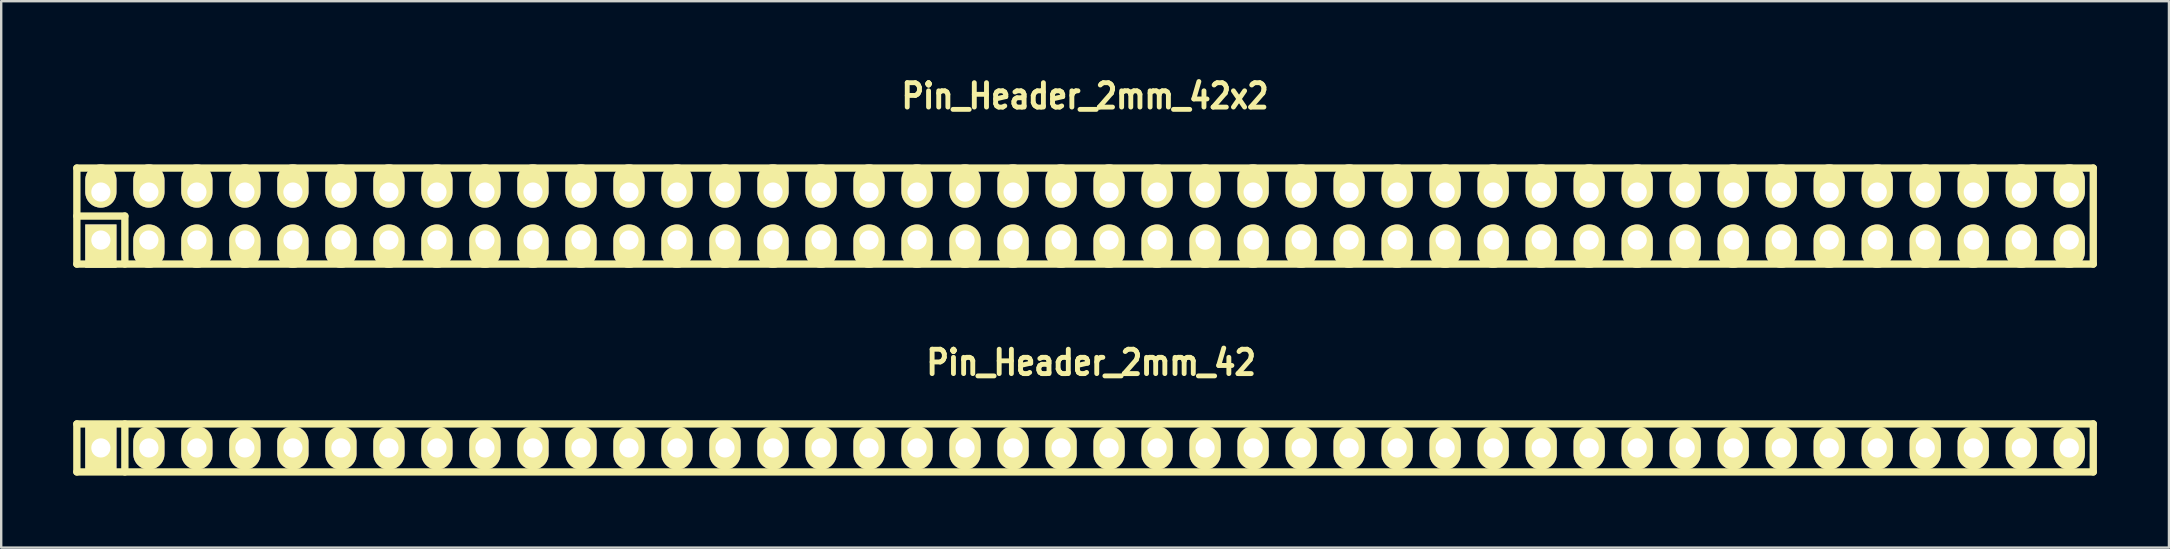
<source format=kicad_pcb>
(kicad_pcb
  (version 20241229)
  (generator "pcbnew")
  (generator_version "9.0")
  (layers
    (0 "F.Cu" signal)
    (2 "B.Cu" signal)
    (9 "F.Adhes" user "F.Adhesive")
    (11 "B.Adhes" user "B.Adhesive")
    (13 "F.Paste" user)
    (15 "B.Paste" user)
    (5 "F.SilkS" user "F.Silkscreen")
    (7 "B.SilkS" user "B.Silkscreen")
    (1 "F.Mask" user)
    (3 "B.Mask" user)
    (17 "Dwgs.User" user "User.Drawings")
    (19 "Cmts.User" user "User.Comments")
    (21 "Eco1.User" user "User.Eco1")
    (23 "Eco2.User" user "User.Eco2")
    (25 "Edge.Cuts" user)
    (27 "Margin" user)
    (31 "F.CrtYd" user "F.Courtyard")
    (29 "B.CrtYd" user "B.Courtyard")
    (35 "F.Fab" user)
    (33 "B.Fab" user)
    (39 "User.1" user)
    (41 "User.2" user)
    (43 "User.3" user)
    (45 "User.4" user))
  (footprint "Pin_Header_2mm_42x2"
    (layer "F.Cu")
    (at 42.152 5.951)
    (property "Reference" "Pin_Header_2mm_42x2" (at 0 -5 0) (layer "F.SilkS") (effects (font (size 1.016 0.889) (thickness 0.203))))
    (attr through_hole)
    (fp_line (start -42 -2) (end 42 -2) (stroke (width 0.305) (type solid)) (layer "F.SilkS"))
    (fp_line (start -42 0) (end -40 0) (stroke (width 0.305) (type solid)) (layer "F.SilkS"))
    (fp_line (start -42 2) (end -42 -2) (stroke (width 0.305) (type solid)) (layer "F.SilkS"))
    (fp_line (start -40 0) (end -40 2) (stroke (width 0.305) (type solid)) (layer "F.SilkS"))
    (fp_line (start 42 -2) (end 42 2) (stroke (width 0.305) (type solid)) (layer "F.SilkS"))
    (fp_line (start 42 2) (end -42 2) (stroke (width 0.305) (type solid)) (layer "F.SilkS"))
    (pad "1" thru_hole rect (at -41 1) (size 1.3 1.8) (drill 0.8 (offset 0 0.25)) (layers "*.Cu" "*.Mask" "F.SilkS"))
    (pad "2" thru_hole oval (at -41 -1) (size 1.3 1.8) (drill 0.8 (offset 0 -0.25)) (layers "*.Cu" "*.Mask" "F.SilkS"))
    (pad "3" thru_hole oval (at -39 1) (size 1.3 1.8) (drill 0.8 (offset 0 0.25)) (layers "*.Cu" "*.Mask" "F.SilkS"))
    (pad "4" thru_hole oval (at -39 -1) (size 1.3 1.8) (drill 0.8 (offset 0 -0.25)) (layers "*.Cu" "*.Mask" "F.SilkS"))
    (pad "5" thru_hole oval (at -37 1) (size 1.3 1.8) (drill 0.8 (offset 0 0.25)) (layers "*.Cu" "*.Mask" "F.SilkS"))
    (pad "6" thru_hole oval (at -37 -1) (size 1.3 1.8) (drill 0.8 (offset 0 -0.25)) (layers "*.Cu" "*.Mask" "F.SilkS"))
    (pad "7" thru_hole oval (at -35 1) (size 1.3 1.8) (drill 0.8 (offset 0 0.25)) (layers "*.Cu" "*.Mask" "F.SilkS"))
    (pad "8" thru_hole oval (at -35 -1) (size 1.3 1.8) (drill 0.8 (offset 0 -0.25)) (layers "*.Cu" "*.Mask" "F.SilkS"))
    (pad "9" thru_hole oval (at -33 1) (size 1.3 1.8) (drill 0.8 (offset 0 0.25)) (layers "*.Cu" "*.Mask" "F.SilkS"))
    (pad "10" thru_hole oval (at -33 -1) (size 1.3 1.8) (drill 0.8 (offset 0 -0.25)) (layers "*.Cu" "*.Mask" "F.SilkS"))
    (pad "11" thru_hole oval (at -31 1) (size 1.3 1.8) (drill 0.8 (offset 0 0.25)) (layers "*.Cu" "*.Mask" "F.SilkS"))
    (pad "12" thru_hole oval (at -31 -1) (size 1.3 1.8) (drill 0.8 (offset 0 -0.25)) (layers "*.Cu" "*.Mask" "F.SilkS"))
    (pad "13" thru_hole oval (at -29 1) (size 1.3 1.8) (drill 0.8 (offset 0 0.25)) (layers "*.Cu" "*.Mask" "F.SilkS"))
    (pad "14" thru_hole oval (at -29 -1) (size 1.3 1.8) (drill 0.8 (offset 0 -0.25)) (layers "*.Cu" "*.Mask" "F.SilkS"))
    (pad "15" thru_hole oval (at -27 1) (size 1.3 1.8) (drill 0.8 (offset 0 0.25)) (layers "*.Cu" "*.Mask" "F.SilkS"))
    (pad "16" thru_hole oval (at -27 -1) (size 1.3 1.8) (drill 0.8 (offset 0 -0.25)) (layers "*.Cu" "*.Mask" "F.SilkS"))
    (pad "17" thru_hole oval (at -25 1) (size 1.3 1.8) (drill 0.8 (offset 0 0.25)) (layers "*.Cu" "*.Mask" "F.SilkS"))
    (pad "18" thru_hole oval (at -25 -1) (size 1.3 1.8) (drill 0.8 (offset 0 -0.25)) (layers "*.Cu" "*.Mask" "F.SilkS"))
    (pad "19" thru_hole oval (at -23 1) (size 1.3 1.8) (drill 0.8 (offset 0 0.25)) (layers "*.Cu" "*.Mask" "F.SilkS"))
    (pad "20" thru_hole oval (at -23 -1) (size 1.3 1.8) (drill 0.8 (offset 0 -0.25)) (layers "*.Cu" "*.Mask" "F.SilkS"))
    (pad "21" thru_hole oval (at -21 1) (size 1.3 1.8) (drill 0.8 (offset 0 0.25)) (layers "*.Cu" "*.Mask" "F.SilkS"))
    (pad "22" thru_hole oval (at -21 -1) (size 1.3 1.8) (drill 0.8 (offset 0 -0.25)) (layers "*.Cu" "*.Mask" "F.SilkS"))
    (pad "23" thru_hole oval (at -19 1) (size 1.3 1.8) (drill 0.8 (offset 0 0.25)) (layers "*.Cu" "*.Mask" "F.SilkS"))
    (pad "24" thru_hole oval (at -19 -1) (size 1.3 1.8) (drill 0.8 (offset 0 -0.25)) (layers "*.Cu" "*.Mask" "F.SilkS"))
    (pad "25" thru_hole oval (at -17 1) (size 1.3 1.8) (drill 0.8 (offset 0 0.25)) (layers "*.Cu" "*.Mask" "F.SilkS"))
    (pad "26" thru_hole oval (at -17 -1) (size 1.3 1.8) (drill 0.8 (offset 0 -0.25)) (layers "*.Cu" "*.Mask" "F.SilkS"))
    (pad "27" thru_hole oval (at -15 1) (size 1.3 1.8) (drill 0.8 (offset 0 0.25)) (layers "*.Cu" "*.Mask" "F.SilkS"))
    (pad "28" thru_hole oval (at -15 -1) (size 1.3 1.8) (drill 0.8 (offset 0 -0.25)) (layers "*.Cu" "*.Mask" "F.SilkS"))
    (pad "29" thru_hole oval (at -13 1) (size 1.3 1.8) (drill 0.8 (offset 0 0.25)) (layers "*.Cu" "*.Mask" "F.SilkS"))
    (pad "30" thru_hole oval (at -13 -1) (size 1.3 1.8) (drill 0.8 (offset 0 -0.25)) (layers "*.Cu" "*.Mask" "F.SilkS"))
    (pad "31" thru_hole oval (at -11 1) (size 1.3 1.8) (drill 0.8 (offset 0 0.25)) (layers "*.Cu" "*.Mask" "F.SilkS"))
    (pad "32" thru_hole oval (at -11 -1) (size 1.3 1.8) (drill 0.8 (offset 0 -0.25)) (layers "*.Cu" "*.Mask" "F.SilkS"))
    (pad "33" thru_hole oval (at -9 1) (size 1.3 1.8) (drill 0.8 (offset 0 0.25)) (layers "*.Cu" "*.Mask" "F.SilkS"))
    (pad "34" thru_hole oval (at -9 -1) (size 1.3 1.8) (drill 0.8 (offset 0 -0.25)) (layers "*.Cu" "*.Mask" "F.SilkS"))
    (pad "35" thru_hole oval (at -7 1) (size 1.3 1.8) (drill 0.8 (offset 0 0.25)) (layers "*.Cu" "*.Mask" "F.SilkS"))
    (pad "36" thru_hole oval (at -7 -1) (size 1.3 1.8) (drill 0.8 (offset 0 -0.25)) (layers "*.Cu" "*.Mask" "F.SilkS"))
    (pad "37" thru_hole oval (at -5 1) (size 1.3 1.8) (drill 0.8 (offset 0 0.25)) (layers "*.Cu" "*.Mask" "F.SilkS"))
    (pad "38" thru_hole oval (at -5 -1) (size 1.3 1.8) (drill 0.8 (offset 0 -0.25)) (layers "*.Cu" "*.Mask" "F.SilkS"))
    (pad "39" thru_hole oval (at -3 1) (size 1.3 1.8) (drill 0.8 (offset 0 0.25)) (layers "*.Cu" "*.Mask" "F.SilkS"))
    (pad "40" thru_hole oval (at -3 -1) (size 1.3 1.8) (drill 0.8 (offset 0 -0.25)) (layers "*.Cu" "*.Mask" "F.SilkS"))
    (pad "41" thru_hole oval (at -1 1) (size 1.3 1.8) (drill 0.8 (offset 0 0.25)) (layers "*.Cu" "*.Mask" "F.SilkS"))
    (pad "42" thru_hole oval (at -1 -1) (size 1.3 1.8) (drill 0.8 (offset 0 -0.25)) (layers "*.Cu" "*.Mask" "F.SilkS"))
    (pad "43" thru_hole oval (at 1 1) (size 1.3 1.8) (drill 0.8 (offset 0 0.25)) (layers "*.Cu" "*.Mask" "F.SilkS"))
    (pad "44" thru_hole oval (at 1 -1) (size 1.3 1.8) (drill 0.8 (offset 0 -0.25)) (layers "*.Cu" "*.Mask" "F.SilkS"))
    (pad "45" thru_hole oval (at 3 1) (size 1.3 1.8) (drill 0.8 (offset 0 0.25)) (layers "*.Cu" "*.Mask" "F.SilkS"))
    (pad "46" thru_hole oval (at 3 -1) (size 1.3 1.8) (drill 0.8 (offset 0 -0.25)) (layers "*.Cu" "*.Mask" "F.SilkS"))
    (pad "47" thru_hole oval (at 5 1) (size 1.3 1.8) (drill 0.8 (offset 0 0.25)) (layers "*.Cu" "*.Mask" "F.SilkS"))
    (pad "48" thru_hole oval (at 5 -1) (size 1.3 1.8) (drill 0.8 (offset 0 -0.25)) (layers "*.Cu" "*.Mask" "F.SilkS"))
    (pad "49" thru_hole oval (at 7 1) (size 1.3 1.8) (drill 0.8 (offset 0 0.25)) (layers "*.Cu" "*.Mask" "F.SilkS"))
    (pad "50" thru_hole oval (at 7 -1) (size 1.3 1.8) (drill 0.8 (offset 0 -0.25)) (layers "*.Cu" "*.Mask" "F.SilkS"))
    (pad "51" thru_hole oval (at 9 1) (size 1.3 1.8) (drill 0.8 (offset 0 0.25)) (layers "*.Cu" "*.Mask" "F.SilkS"))
    (pad "52" thru_hole oval (at 9 -1) (size 1.3 1.8) (drill 0.8 (offset 0 -0.25)) (layers "*.Cu" "*.Mask" "F.SilkS"))
    (pad "53" thru_hole oval (at 11 1) (size 1.3 1.8) (drill 0.8 (offset 0 0.25)) (layers "*.Cu" "*.Mask" "F.SilkS"))
    (pad "54" thru_hole oval (at 11 -1) (size 1.3 1.8) (drill 0.8 (offset 0 -0.25)) (layers "*.Cu" "*.Mask" "F.SilkS"))
    (pad "55" thru_hole oval (at 13 1) (size 1.3 1.8) (drill 0.8 (offset 0 0.25)) (layers "*.Cu" "*.Mask" "F.SilkS"))
    (pad "56" thru_hole oval (at 13 -1) (size 1.3 1.8) (drill 0.8 (offset 0 -0.25)) (layers "*.Cu" "*.Mask" "F.SilkS"))
    (pad "57" thru_hole oval (at 15 1) (size 1.3 1.8) (drill 0.8 (offset 0 0.25)) (layers "*.Cu" "*.Mask" "F.SilkS"))
    (pad "58" thru_hole oval (at 15 -1) (size 1.3 1.8) (drill 0.8 (offset 0 -0.25)) (layers "*.Cu" "*.Mask" "F.SilkS"))
    (pad "59" thru_hole oval (at 17 1) (size 1.3 1.8) (drill 0.8 (offset 0 0.25)) (layers "*.Cu" "*.Mask" "F.SilkS"))
    (pad "60" thru_hole oval (at 17 -1) (size 1.3 1.8) (drill 0.8 (offset 0 -0.25)) (layers "*.Cu" "*.Mask" "F.SilkS"))
    (pad "61" thru_hole oval (at 19 1) (size 1.3 1.8) (drill 0.8 (offset 0 0.25)) (layers "*.Cu" "*.Mask" "F.SilkS"))
    (pad "62" thru_hole oval (at 19 -1) (size 1.3 1.8) (drill 0.8 (offset 0 -0.25)) (layers "*.Cu" "*.Mask" "F.SilkS"))
    (pad "63" thru_hole oval (at 21 1) (size 1.3 1.8) (drill 0.8 (offset 0 0.25)) (layers "*.Cu" "*.Mask" "F.SilkS"))
    (pad "64" thru_hole oval (at 21 -1) (size 1.3 1.8) (drill 0.8 (offset 0 -0.25)) (layers "*.Cu" "*.Mask" "F.SilkS"))
    (pad "65" thru_hole oval (at 23 1) (size 1.3 1.8) (drill 0.8 (offset 0 0.25)) (layers "*.Cu" "*.Mask" "F.SilkS"))
    (pad "66" thru_hole oval (at 23 -1) (size 1.3 1.8) (drill 0.8 (offset 0 -0.25)) (layers "*.Cu" "*.Mask" "F.SilkS"))
    (pad "67" thru_hole oval (at 25 1) (size 1.3 1.8) (drill 0.8 (offset 0 0.25)) (layers "*.Cu" "*.Mask" "F.SilkS"))
    (pad "68" thru_hole oval (at 25 -1) (size 1.3 1.8) (drill 0.8 (offset 0 -0.25)) (layers "*.Cu" "*.Mask" "F.SilkS"))
    (pad "69" thru_hole oval (at 27 1) (size 1.3 1.8) (drill 0.8 (offset 0 0.25)) (layers "*.Cu" "*.Mask" "F.SilkS"))
    (pad "70" thru_hole oval (at 27 -1) (size 1.3 1.8) (drill 0.8 (offset 0 -0.25)) (layers "*.Cu" "*.Mask" "F.SilkS"))
    (pad "71" thru_hole oval (at 29 1) (size 1.3 1.8) (drill 0.8 (offset 0 0.25)) (layers "*.Cu" "*.Mask" "F.SilkS"))
    (pad "72" thru_hole oval (at 29 -1) (size 1.3 1.8) (drill 0.8 (offset 0 -0.25)) (layers "*.Cu" "*.Mask" "F.SilkS"))
    (pad "73" thru_hole oval (at 31 1) (size 1.3 1.8) (drill 0.8 (offset 0 0.25)) (layers "*.Cu" "*.Mask" "F.SilkS"))
    (pad "74" thru_hole oval (at 31 -1) (size 1.3 1.8) (drill 0.8 (offset 0 -0.25)) (layers "*.Cu" "*.Mask" "F.SilkS"))
    (pad "75" thru_hole oval (at 33 1) (size 1.3 1.8) (drill 0.8 (offset 0 0.25)) (layers "*.Cu" "*.Mask" "F.SilkS"))
    (pad "76" thru_hole oval (at 33 -1) (size 1.3 1.8) (drill 0.8 (offset 0 -0.25)) (layers "*.Cu" "*.Mask" "F.SilkS"))
    (pad "77" thru_hole oval (at 35 1) (size 1.3 1.8) (drill 0.8 (offset 0 0.25)) (layers "*.Cu" "*.Mask" "F.SilkS"))
    (pad "78" thru_hole oval (at 35 -1) (size 1.3 1.8) (drill 0.8 (offset 0 -0.25)) (layers "*.Cu" "*.Mask" "F.SilkS"))
    (pad "79" thru_hole oval (at 37 1) (size 1.3 1.8) (drill 0.8 (offset 0 0.25)) (layers "*.Cu" "*.Mask" "F.SilkS"))
    (pad "80" thru_hole oval (at 37 -1) (size 1.3 1.8) (drill 0.8 (offset 0 -0.25)) (layers "*.Cu" "*.Mask" "F.SilkS"))
    (pad "81" thru_hole oval (at 39 1) (size 1.3 1.8) (drill 0.8 (offset 0 0.25)) (layers "*.Cu" "*.Mask" "F.SilkS"))
    (pad "82" thru_hole oval (at 39 -1) (size 1.3 1.8) (drill 0.8 (offset 0 -0.25)) (layers "*.Cu" "*.Mask" "F.SilkS"))
    (pad "83" thru_hole oval (at 41 1) (size 1.3 1.8) (drill 0.8 (offset 0 0.25)) (layers "*.Cu" "*.Mask" "F.SilkS"))
    (pad "84" thru_hole oval (at 41 -1) (size 1.3 1.8) (drill 0.8 (offset 0 -0.25)) (layers "*.Cu" "*.Mask" "F.SilkS")))
  (footprint "Pin_Header_2mm_42"
    (layer "F.Cu")
    (at 42.152 15.61)
    (property "Reference" "Pin_Header_2mm_42" (at 0.254 -3.556 0) (layer "F.SilkS") (effects (font (size 1.016 0.889) (thickness 0.203))))
    (attr through_hole)
    (fp_line (start -42 -1) (end 42 -1) (stroke (width 0.305) (type solid)) (layer "F.SilkS"))
    (fp_line (start -42 1) (end -42 -1) (stroke (width 0.305) (type solid)) (layer "F.SilkS"))
    (fp_line (start -40 -1) (end -40 1) (stroke (width 0.305) (type solid)) (layer "F.SilkS"))
    (fp_line (start 42 -1) (end 42 1) (stroke (width 0.305) (type solid)) (layer "F.SilkS"))
    (fp_line (start 42 1) (end -42 1) (stroke (width 0.305) (type solid)) (layer "F.SilkS"))
    (pad "1" thru_hole rect (at -41 0) (size 1.3 1.8) (drill 0.8) (layers "*.Cu" "*.Mask" "F.SilkS"))
    (pad "2" thru_hole oval (at -39 0) (size 1.3 1.8) (drill 0.8) (layers "*.Cu" "*.Mask" "F.SilkS"))
    (pad "3" thru_hole oval (at -37 0) (size 1.3 1.8) (drill 0.8) (layers "*.Cu" "*.Mask" "F.SilkS"))
    (pad "4" thru_hole oval (at -35 0) (size 1.3 1.8) (drill 0.8) (layers "*.Cu" "*.Mask" "F.SilkS"))
    (pad "5" thru_hole oval (at -33 0) (size 1.3 1.8) (drill 0.8) (layers "*.Cu" "*.Mask" "F.SilkS"))
    (pad "6" thru_hole oval (at -31 0) (size 1.3 1.8) (drill 0.8) (layers "*.Cu" "*.Mask" "F.SilkS"))
    (pad "7" thru_hole oval (at -29 0) (size 1.3 1.8) (drill 0.8) (layers "*.Cu" "*.Mask" "F.SilkS"))
    (pad "8" thru_hole oval (at -27 0) (size 1.3 1.8) (drill 0.8) (layers "*.Cu" "*.Mask" "F.SilkS"))
    (pad "9" thru_hole oval (at -25 0) (size 1.3 1.8) (drill 0.8) (layers "*.Cu" "*.Mask" "F.SilkS"))
    (pad "10" thru_hole oval (at -23 0) (size 1.3 1.8) (drill 0.8) (layers "*.Cu" "*.Mask" "F.SilkS"))
    (pad "11" thru_hole oval (at -21 0) (size 1.3 1.8) (drill 0.8) (layers "*.Cu" "*.Mask" "F.SilkS"))
    (pad "12" thru_hole oval (at -19 0) (size 1.3 1.8) (drill 0.8) (layers "*.Cu" "*.Mask" "F.SilkS"))
    (pad "13" thru_hole oval (at -17 0) (size 1.3 1.8) (drill 0.8) (layers "*.Cu" "*.Mask" "F.SilkS"))
    (pad "14" thru_hole oval (at -15 0) (size 1.3 1.8) (drill 0.8) (layers "*.Cu" "*.Mask" "F.SilkS"))
    (pad "15" thru_hole oval (at -13 0) (size 1.3 1.8) (drill 0.8) (layers "*.Cu" "*.Mask" "F.SilkS"))
    (pad "16" thru_hole oval (at -11 0) (size 1.3 1.8) (drill 0.8) (layers "*.Cu" "*.Mask" "F.SilkS"))
    (pad "17" thru_hole oval (at -9 0) (size 1.3 1.8) (drill 0.8) (layers "*.Cu" "*.Mask" "F.SilkS"))
    (pad "18" thru_hole oval (at -7 0) (size 1.3 1.8) (drill 0.8) (layers "*.Cu" "*.Mask" "F.SilkS"))
    (pad "19" thru_hole oval (at -5 0) (size 1.3 1.8) (drill 0.8) (layers "*.Cu" "*.Mask" "F.SilkS"))
    (pad "20" thru_hole oval (at -3 0) (size 1.3 1.8) (drill 0.8) (layers "*.Cu" "*.Mask" "F.SilkS"))
    (pad "21" thru_hole oval (at -1 0) (size 1.3 1.8) (drill 0.8) (layers "*.Cu" "*.Mask" "F.SilkS"))
    (pad "22" thru_hole oval (at 1 0) (size 1.3 1.8) (drill 0.8) (layers "*.Cu" "*.Mask" "F.SilkS"))
    (pad "23" thru_hole oval (at 3 0) (size 1.3 1.8) (drill 0.8) (layers "*.Cu" "*.Mask" "F.SilkS"))
    (pad "24" thru_hole oval (at 5 0) (size 1.3 1.8) (drill 0.8) (layers "*.Cu" "*.Mask" "F.SilkS"))
    (pad "25" thru_hole oval (at 7 0) (size 1.3 1.8) (drill 0.8) (layers "*.Cu" "*.Mask" "F.SilkS"))
    (pad "26" thru_hole oval (at 9 0) (size 1.3 1.8) (drill 0.8) (layers "*.Cu" "*.Mask" "F.SilkS"))
    (pad "27" thru_hole oval (at 11 0) (size 1.3 1.8) (drill 0.8) (layers "*.Cu" "*.Mask" "F.SilkS"))
    (pad "28" thru_hole oval (at 13 0) (size 1.3 1.8) (drill 0.8) (layers "*.Cu" "*.Mask" "F.SilkS"))
    (pad "29" thru_hole oval (at 15 0) (size 1.3 1.8) (drill 0.8) (layers "*.Cu" "*.Mask" "F.SilkS"))
    (pad "30" thru_hole oval (at 17 0) (size 1.3 1.8) (drill 0.8) (layers "*.Cu" "*.Mask" "F.SilkS"))
    (pad "31" thru_hole oval (at 19 0) (size 1.3 1.8) (drill 0.8) (layers "*.Cu" "*.Mask" "F.SilkS"))
    (pad "32" thru_hole oval (at 21 0) (size 1.3 1.8) (drill 0.8) (layers "*.Cu" "*.Mask" "F.SilkS"))
    (pad "33" thru_hole oval (at 23 0) (size 1.3 1.8) (drill 0.8) (layers "*.Cu" "*.Mask" "F.SilkS"))
    (pad "34" thru_hole oval (at 25 0) (size 1.3 1.8) (drill 0.8) (layers "*.Cu" "*.Mask" "F.SilkS"))
    (pad "35" thru_hole oval (at 27 0) (size 1.3 1.8) (drill 0.8) (layers "*.Cu" "*.Mask" "F.SilkS"))
    (pad "36" thru_hole oval (at 29 0) (size 1.3 1.8) (drill 0.8) (layers "*.Cu" "*.Mask" "F.SilkS"))
    (pad "37" thru_hole oval (at 31 0) (size 1.3 1.8) (drill 0.8) (layers "*.Cu" "*.Mask" "F.SilkS"))
    (pad "38" thru_hole oval (at 33 0) (size 1.3 1.8) (drill 0.8) (layers "*.Cu" "*.Mask" "F.SilkS"))
    (pad "39" thru_hole oval (at 35 0) (size 1.3 1.8) (drill 0.8) (layers "*.Cu" "*.Mask" "F.SilkS"))
    (pad "40" thru_hole oval (at 37 0) (size 1.3 1.8) (drill 0.8) (layers "*.Cu" "*.Mask" "F.SilkS"))
    (pad "41" thru_hole oval (at 39 0) (size 1.3 1.8) (drill 0.8) (layers "*.Cu" "*.Mask" "F.SilkS"))
    (pad "42" thru_hole oval (at 41 0) (size 1.3 1.8) (drill 0.8) (layers "*.Cu" "*.Mask" "F.SilkS")))
  (gr_rect
    (start -3 -3)
    (end 87.305 19.763)
    (stroke (width 0.1) (type default))
    (fill no)
    (layer "Edge.Cuts")))
</source>
